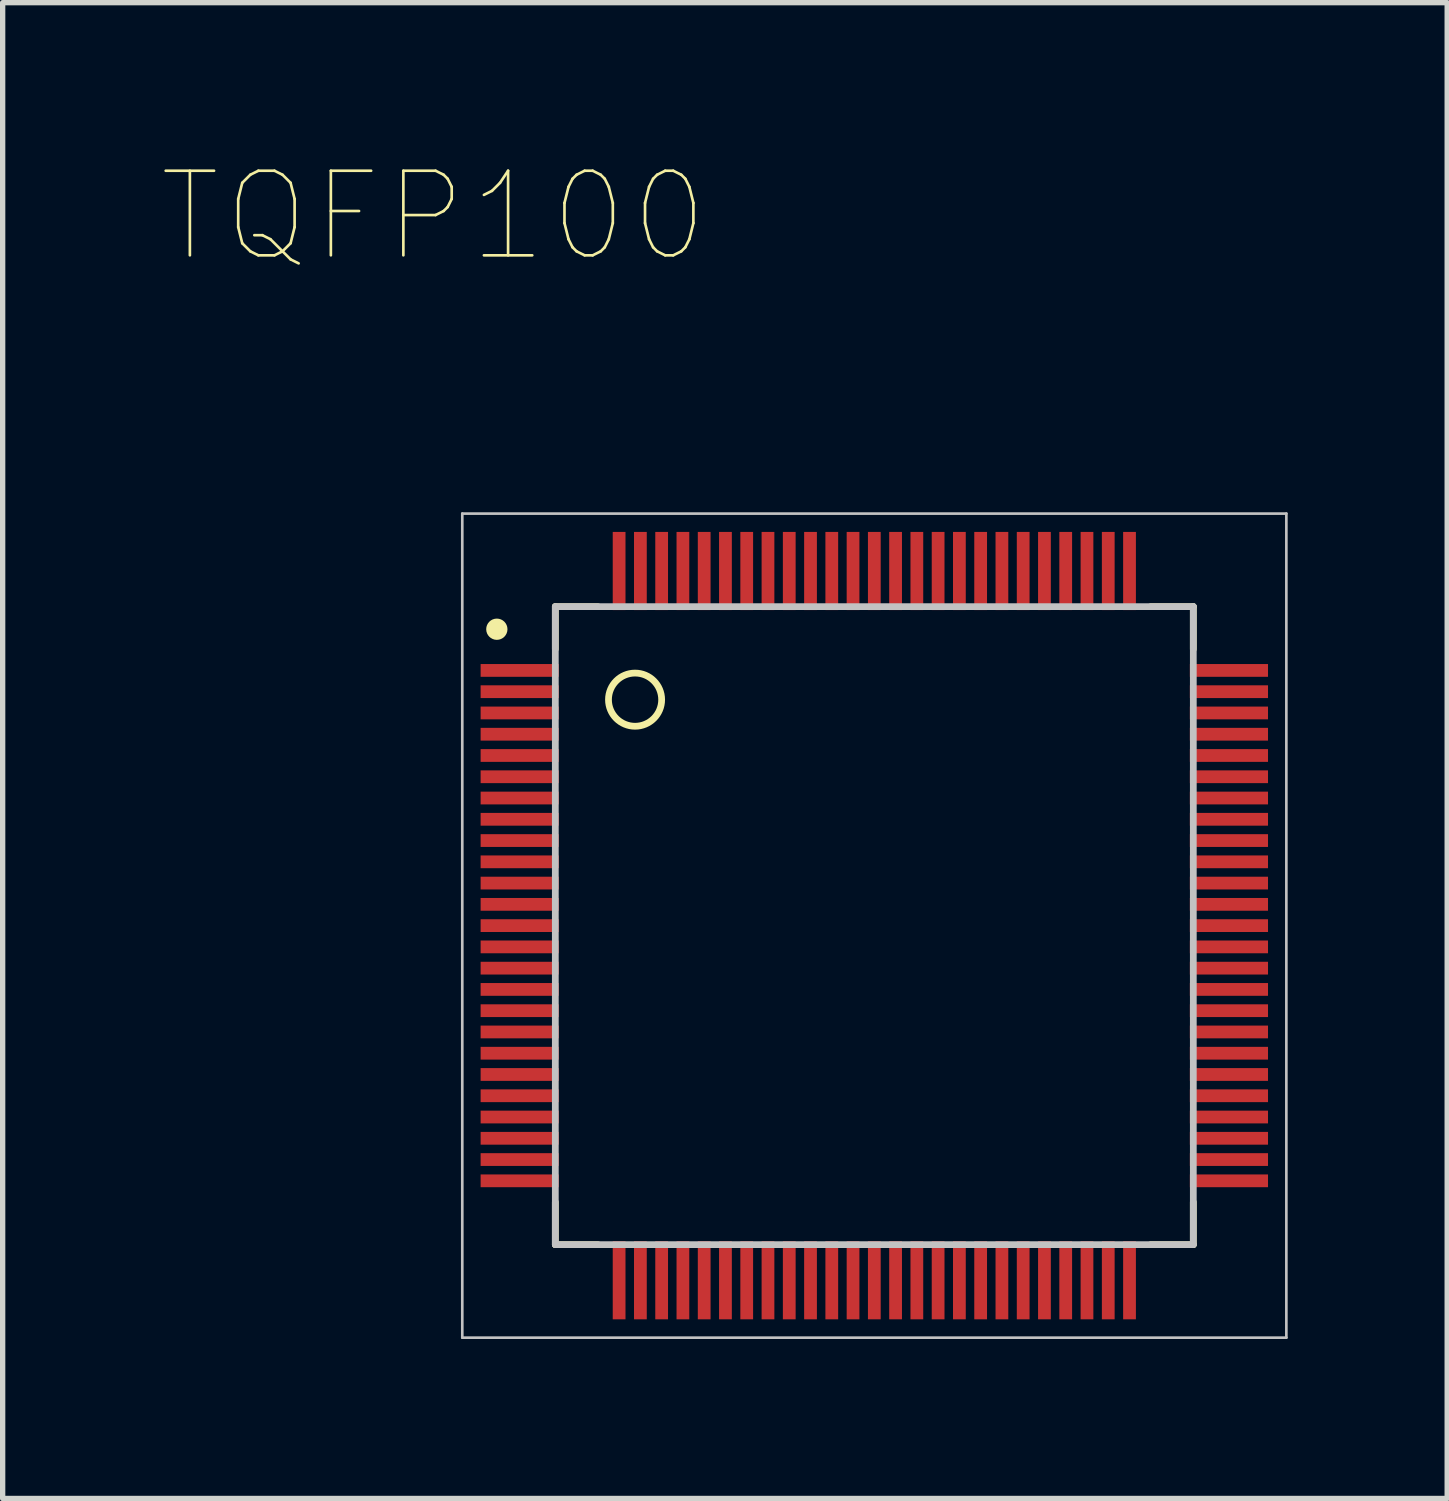
<source format=kicad_pcb>
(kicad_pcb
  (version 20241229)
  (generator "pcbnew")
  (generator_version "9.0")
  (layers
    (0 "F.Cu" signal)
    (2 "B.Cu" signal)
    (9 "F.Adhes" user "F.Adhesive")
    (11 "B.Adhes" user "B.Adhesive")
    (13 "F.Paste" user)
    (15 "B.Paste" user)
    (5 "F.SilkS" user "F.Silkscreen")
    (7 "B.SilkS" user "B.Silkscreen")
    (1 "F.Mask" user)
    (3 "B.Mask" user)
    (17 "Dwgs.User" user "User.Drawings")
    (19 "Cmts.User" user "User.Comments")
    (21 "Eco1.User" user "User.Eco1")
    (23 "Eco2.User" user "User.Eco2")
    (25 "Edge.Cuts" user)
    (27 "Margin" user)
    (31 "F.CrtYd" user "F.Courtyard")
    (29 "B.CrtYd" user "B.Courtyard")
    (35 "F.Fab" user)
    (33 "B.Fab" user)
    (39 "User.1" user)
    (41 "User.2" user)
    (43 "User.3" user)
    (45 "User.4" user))
  (footprint "TQFP100"
    (layer "F.Cu")
    (at 13.395 14.36)
    (property "Reference" "TQFP100" (at -8.29 -13.341 0) (layer "F.SilkS") (effects (font (size 1.591 1.591) (thickness 0.05))))
    (attr smd)
    (fp_line (start -6 -6) (end -6 -5.2) (stroke (width 0.127) (type solid)) (layer "F.SilkS"))
    (fp_line (start -6 -6) (end -5.2 -6) (stroke (width 0.127) (type solid)) (layer "F.SilkS"))
    (fp_line (start -6 6) (end -6 5.2) (stroke (width 0.127) (type solid)) (layer "F.SilkS"))
    (fp_line (start -6 6) (end -5.2 6) (stroke (width 0.127) (type solid)) (layer "F.SilkS"))
    (fp_line (start 6 -6) (end 5.2 -6) (stroke (width 0.127) (type solid)) (layer "F.SilkS"))
    (fp_line (start 6 -6) (end 6 -5.2) (stroke (width 0.127) (type solid)) (layer "F.SilkS"))
    (fp_line (start 6 6) (end 5.2 6) (stroke (width 0.127) (type solid)) (layer "F.SilkS"))
    (fp_line (start 6 6) (end 6 5.2) (stroke (width 0.127) (type solid)) (layer "F.SilkS"))
    (fp_circle (center -7.1 -5.575) (end -7 -5.575) (stroke (width 0.2) (type solid)) (fill no) (layer "F.SilkS"))
    (fp_circle (center -4.5 -4.25) (end -4 -4.25) (stroke (width 0.127) (type solid)) (fill no) (layer "F.SilkS"))
    (fp_line (start -7.75 -7.75) (end 7.75 -7.75) (stroke (width 0.05) (type solid)) (layer "Dwgs.User"))
    (fp_line (start -7.75 7.75) (end -7.75 -7.75) (stroke (width 0.05) (type solid)) (layer "Dwgs.User"))
    (fp_line (start -6 -6) (end -6 6) (stroke (width 0.127) (type solid)) (layer "Dwgs.User"))
    (fp_line (start -6 6) (end 6 6) (stroke (width 0.127) (type solid)) (layer "Dwgs.User"))
    (fp_line (start 6 -6) (end -6 -6) (stroke (width 0.127) (type solid)) (layer "Dwgs.User"))
    (fp_line (start 6 6) (end 6 -6) (stroke (width 0.127) (type solid)) (layer "Dwgs.User"))
    (fp_line (start 7.75 -7.75) (end 7.75 7.75) (stroke (width 0.05) (type solid)) (layer "Dwgs.User"))
    (fp_line (start 7.75 7.75) (end -7.75 7.75) (stroke (width 0.05) (type solid)) (layer "Dwgs.User"))
    (pad "1" smd rect (at -6.67 -4.8 90) (size 0.24 1.47) (layers "F.Cu" "F.Mask" "F.Paste"))
    (pad "2" smd rect (at -6.67 -4.4 90) (size 0.24 1.47) (layers "F.Cu" "F.Mask" "F.Paste"))
    (pad "3" smd rect (at -6.67 -4 90) (size 0.24 1.47) (layers "F.Cu" "F.Mask" "F.Paste"))
    (pad "4" smd rect (at -6.67 -3.6 90) (size 0.24 1.47) (layers "F.Cu" "F.Mask" "F.Paste"))
    (pad "5" smd rect (at -6.67 -3.2 90) (size 0.24 1.47) (layers "F.Cu" "F.Mask" "F.Paste"))
    (pad "6" smd rect (at -6.67 -2.8 90) (size 0.24 1.47) (layers "F.Cu" "F.Mask" "F.Paste"))
    (pad "7" smd rect (at -6.67 -2.4 90) (size 0.24 1.47) (layers "F.Cu" "F.Mask" "F.Paste"))
    (pad "8" smd rect (at -6.67 -2 90) (size 0.24 1.47) (layers "F.Cu" "F.Mask" "F.Paste"))
    (pad "9" smd rect (at -6.67 -1.6 90) (size 0.24 1.47) (layers "F.Cu" "F.Mask" "F.Paste"))
    (pad "10" smd rect (at -6.67 -1.2 90) (size 0.24 1.47) (layers "F.Cu" "F.Mask" "F.Paste"))
    (pad "11" smd rect (at -6.67 -0.8 90) (size 0.24 1.47) (layers "F.Cu" "F.Mask" "F.Paste"))
    (pad "12" smd rect (at -6.67 -0.4 90) (size 0.24 1.47) (layers "F.Cu" "F.Mask" "F.Paste"))
    (pad "13" smd rect (at -6.67 0 90) (size 0.24 1.47) (layers "F.Cu" "F.Mask" "F.Paste"))
    (pad "14" smd rect (at -6.67 0.4 90) (size 0.24 1.47) (layers "F.Cu" "F.Mask" "F.Paste"))
    (pad "15" smd rect (at -6.67 0.8 90) (size 0.24 1.47) (layers "F.Cu" "F.Mask" "F.Paste"))
    (pad "16" smd rect (at -6.67 1.2 90) (size 0.24 1.47) (layers "F.Cu" "F.Mask" "F.Paste"))
    (pad "17" smd rect (at -6.67 1.6 90) (size 0.24 1.47) (layers "F.Cu" "F.Mask" "F.Paste"))
    (pad "18" smd rect (at -6.67 2 90) (size 0.24 1.47) (layers "F.Cu" "F.Mask" "F.Paste"))
    (pad "19" smd rect (at -6.67 2.4 90) (size 0.24 1.47) (layers "F.Cu" "F.Mask" "F.Paste"))
    (pad "20" smd rect (at -6.67 2.8 90) (size 0.24 1.47) (layers "F.Cu" "F.Mask" "F.Paste"))
    (pad "21" smd rect (at -6.67 3.2 90) (size 0.24 1.47) (layers "F.Cu" "F.Mask" "F.Paste"))
    (pad "22" smd rect (at -6.67 3.6 90) (size 0.24 1.47) (layers "F.Cu" "F.Mask" "F.Paste"))
    (pad "23" smd rect (at -6.67 4 90) (size 0.24 1.47) (layers "F.Cu" "F.Mask" "F.Paste"))
    (pad "24" smd rect (at -6.67 4.4 90) (size 0.24 1.47) (layers "F.Cu" "F.Mask" "F.Paste"))
    (pad "25" smd rect (at -6.67 4.8 90) (size 0.24 1.47) (layers "F.Cu" "F.Mask" "F.Paste"))
    (pad "26" smd rect (at -4.8 6.67 180) (size 0.24 1.47) (layers "F.Cu" "F.Mask" "F.Paste"))
    (pad "27" smd rect (at -4.4 6.67 180) (size 0.24 1.47) (layers "F.Cu" "F.Mask" "F.Paste"))
    (pad "28" smd rect (at -4 6.67 180) (size 0.24 1.47) (layers "F.Cu" "F.Mask" "F.Paste"))
    (pad "29" smd rect (at -3.6 6.67 180) (size 0.24 1.47) (layers "F.Cu" "F.Mask" "F.Paste"))
    (pad "30" smd rect (at -3.2 6.67 180) (size 0.24 1.47) (layers "F.Cu" "F.Mask" "F.Paste"))
    (pad "31" smd rect (at -2.8 6.67 180) (size 0.24 1.47) (layers "F.Cu" "F.Mask" "F.Paste"))
    (pad "32" smd rect (at -2.4 6.67 180) (size 0.24 1.47) (layers "F.Cu" "F.Mask" "F.Paste"))
    (pad "33" smd rect (at -2 6.67 180) (size 0.24 1.47) (layers "F.Cu" "F.Mask" "F.Paste"))
    (pad "34" smd rect (at -1.6 6.67 180) (size 0.24 1.47) (layers "F.Cu" "F.Mask" "F.Paste"))
    (pad "35" smd rect (at -1.2 6.67 180) (size 0.24 1.47) (layers "F.Cu" "F.Mask" "F.Paste"))
    (pad "36" smd rect (at -0.8 6.67 180) (size 0.24 1.47) (layers "F.Cu" "F.Mask" "F.Paste"))
    (pad "37" smd rect (at -0.4 6.67 180) (size 0.24 1.47) (layers "F.Cu" "F.Mask" "F.Paste"))
    (pad "38" smd rect (at 0 6.67 180) (size 0.24 1.47) (layers "F.Cu" "F.Mask" "F.Paste"))
    (pad "39" smd rect (at 0.4 6.67 180) (size 0.24 1.47) (layers "F.Cu" "F.Mask" "F.Paste"))
    (pad "40" smd rect (at 0.8 6.67 180) (size 0.24 1.47) (layers "F.Cu" "F.Mask" "F.Paste"))
    (pad "41" smd rect (at 1.2 6.67 180) (size 0.24 1.47) (layers "F.Cu" "F.Mask" "F.Paste"))
    (pad "42" smd rect (at 1.6 6.67 180) (size 0.24 1.47) (layers "F.Cu" "F.Mask" "F.Paste"))
    (pad "43" smd rect (at 2 6.67 180) (size 0.24 1.47) (layers "F.Cu" "F.Mask" "F.Paste"))
    (pad "44" smd rect (at 2.4 6.67 180) (size 0.24 1.47) (layers "F.Cu" "F.Mask" "F.Paste"))
    (pad "45" smd rect (at 2.8 6.67 180) (size 0.24 1.47) (layers "F.Cu" "F.Mask" "F.Paste"))
    (pad "46" smd rect (at 3.2 6.67 180) (size 0.24 1.47) (layers "F.Cu" "F.Mask" "F.Paste"))
    (pad "47" smd rect (at 3.6 6.67 180) (size 0.24 1.47) (layers "F.Cu" "F.Mask" "F.Paste"))
    (pad "48" smd rect (at 4 6.67 180) (size 0.24 1.47) (layers "F.Cu" "F.Mask" "F.Paste"))
    (pad "49" smd rect (at 4.4 6.67 180) (size 0.24 1.47) (layers "F.Cu" "F.Mask" "F.Paste"))
    (pad "50" smd rect (at 4.8 6.67 180) (size 0.24 1.47) (layers "F.Cu" "F.Mask" "F.Paste"))
    (pad "51" smd rect (at 6.67 4.8 270) (size 0.24 1.47) (layers "F.Cu" "F.Mask" "F.Paste"))
    (pad "52" smd rect (at 6.67 4.4 270) (size 0.24 1.47) (layers "F.Cu" "F.Mask" "F.Paste"))
    (pad "53" smd rect (at 6.67 4 270) (size 0.24 1.47) (layers "F.Cu" "F.Mask" "F.Paste"))
    (pad "54" smd rect (at 6.67 3.6 270) (size 0.24 1.47) (layers "F.Cu" "F.Mask" "F.Paste"))
    (pad "55" smd rect (at 6.67 3.2 270) (size 0.24 1.47) (layers "F.Cu" "F.Mask" "F.Paste"))
    (pad "56" smd rect (at 6.67 2.8 270) (size 0.24 1.47) (layers "F.Cu" "F.Mask" "F.Paste"))
    (pad "57" smd rect (at 6.67 2.4 270) (size 0.24 1.47) (layers "F.Cu" "F.Mask" "F.Paste"))
    (pad "58" smd rect (at 6.67 2 270) (size 0.24 1.47) (layers "F.Cu" "F.Mask" "F.Paste"))
    (pad "59" smd rect (at 6.67 1.6 270) (size 0.24 1.47) (layers "F.Cu" "F.Mask" "F.Paste"))
    (pad "60" smd rect (at 6.67 1.2 270) (size 0.24 1.47) (layers "F.Cu" "F.Mask" "F.Paste"))
    (pad "61" smd rect (at 6.67 0.8 270) (size 0.24 1.47) (layers "F.Cu" "F.Mask" "F.Paste"))
    (pad "62" smd rect (at 6.67 0.4 270) (size 0.24 1.47) (layers "F.Cu" "F.Mask" "F.Paste"))
    (pad "63" smd rect (at 6.67 0 270) (size 0.24 1.47) (layers "F.Cu" "F.Mask" "F.Paste"))
    (pad "64" smd rect (at 6.67 -0.4 270) (size 0.24 1.47) (layers "F.Cu" "F.Mask" "F.Paste"))
    (pad "65" smd rect (at 6.67 -0.8 270) (size 0.24 1.47) (layers "F.Cu" "F.Mask" "F.Paste"))
    (pad "66" smd rect (at 6.67 -1.2 270) (size 0.24 1.47) (layers "F.Cu" "F.Mask" "F.Paste"))
    (pad "67" smd rect (at 6.67 -1.6 270) (size 0.24 1.47) (layers "F.Cu" "F.Mask" "F.Paste"))
    (pad "68" smd rect (at 6.67 -2 270) (size 0.24 1.47) (layers "F.Cu" "F.Mask" "F.Paste"))
    (pad "69" smd rect (at 6.67 -2.4 270) (size 0.24 1.47) (layers "F.Cu" "F.Mask" "F.Paste"))
    (pad "70" smd rect (at 6.67 -2.8 270) (size 0.24 1.47) (layers "F.Cu" "F.Mask" "F.Paste"))
    (pad "71" smd rect (at 6.67 -3.2 270) (size 0.24 1.47) (layers "F.Cu" "F.Mask" "F.Paste"))
    (pad "72" smd rect (at 6.67 -3.6 270) (size 0.24 1.47) (layers "F.Cu" "F.Mask" "F.Paste"))
    (pad "73" smd rect (at 6.67 -4 270) (size 0.24 1.47) (layers "F.Cu" "F.Mask" "F.Paste"))
    (pad "74" smd rect (at 6.67 -4.4 270) (size 0.24 1.47) (layers "F.Cu" "F.Mask" "F.Paste"))
    (pad "75" smd rect (at 6.67 -4.8 270) (size 0.24 1.47) (layers "F.Cu" "F.Mask" "F.Paste"))
    (pad "76" smd rect (at 4.8 -6.67) (size 0.24 1.47) (layers "F.Cu" "F.Mask" "F.Paste"))
    (pad "77" smd rect (at 4.4 -6.67) (size 0.24 1.47) (layers "F.Cu" "F.Mask" "F.Paste"))
    (pad "78" smd rect (at 4 -6.67) (size 0.24 1.47) (layers "F.Cu" "F.Mask" "F.Paste"))
    (pad "79" smd rect (at 3.6 -6.67) (size 0.24 1.47) (layers "F.Cu" "F.Mask" "F.Paste"))
    (pad "80" smd rect (at 3.2 -6.67) (size 0.24 1.47) (layers "F.Cu" "F.Mask" "F.Paste"))
    (pad "81" smd rect (at 2.8 -6.67) (size 0.24 1.47) (layers "F.Cu" "F.Mask" "F.Paste"))
    (pad "82" smd rect (at 2.4 -6.67) (size 0.24 1.47) (layers "F.Cu" "F.Mask" "F.Paste"))
    (pad "83" smd rect (at 2 -6.67) (size 0.24 1.47) (layers "F.Cu" "F.Mask" "F.Paste"))
    (pad "84" smd rect (at 1.6 -6.67) (size 0.24 1.47) (layers "F.Cu" "F.Mask" "F.Paste"))
    (pad "85" smd rect (at 1.2 -6.67) (size 0.24 1.47) (layers "F.Cu" "F.Mask" "F.Paste"))
    (pad "86" smd rect (at 0.8 -6.67) (size 0.24 1.47) (layers "F.Cu" "F.Mask" "F.Paste"))
    (pad "87" smd rect (at 0.4 -6.67) (size 0.24 1.47) (layers "F.Cu" "F.Mask" "F.Paste"))
    (pad "88" smd rect (at 0 -6.67) (size 0.24 1.47) (layers "F.Cu" "F.Mask" "F.Paste"))
    (pad "89" smd rect (at -0.4 -6.67) (size 0.24 1.47) (layers "F.Cu" "F.Mask" "F.Paste"))
    (pad "90" smd rect (at -0.8 -6.67) (size 0.24 1.47) (layers "F.Cu" "F.Mask" "F.Paste"))
    (pad "91" smd rect (at -1.2 -6.67) (size 0.24 1.47) (layers "F.Cu" "F.Mask" "F.Paste"))
    (pad "92" smd rect (at -1.6 -6.67) (size 0.24 1.47) (layers "F.Cu" "F.Mask" "F.Paste"))
    (pad "93" smd rect (at -2 -6.67) (size 0.24 1.47) (layers "F.Cu" "F.Mask" "F.Paste"))
    (pad "94" smd rect (at -2.4 -6.67) (size 0.24 1.47) (layers "F.Cu" "F.Mask" "F.Paste"))
    (pad "95" smd rect (at -2.8 -6.67) (size 0.24 1.47) (layers "F.Cu" "F.Mask" "F.Paste"))
    (pad "96" smd rect (at -3.2 -6.67) (size 0.24 1.47) (layers "F.Cu" "F.Mask" "F.Paste"))
    (pad "97" smd rect (at -3.6 -6.67) (size 0.24 1.47) (layers "F.Cu" "F.Mask" "F.Paste"))
    (pad "98" smd rect (at -4 -6.67) (size 0.24 1.47) (layers "F.Cu" "F.Mask" "F.Paste"))
    (pad "99" smd rect (at -4.4 -6.67) (size 0.24 1.47) (layers "F.Cu" "F.Mask" "F.Paste"))
    (pad "100" smd rect (at -4.8 -6.67) (size 0.24 1.47) (layers "F.Cu" "F.Mask" "F.Paste")))
  (gr_rect
    (start -3 -3)
    (end 24.17 25.135)
    (stroke (width 0.1) (type default))
    (fill no)
    (layer "Edge.Cuts")))
</source>
